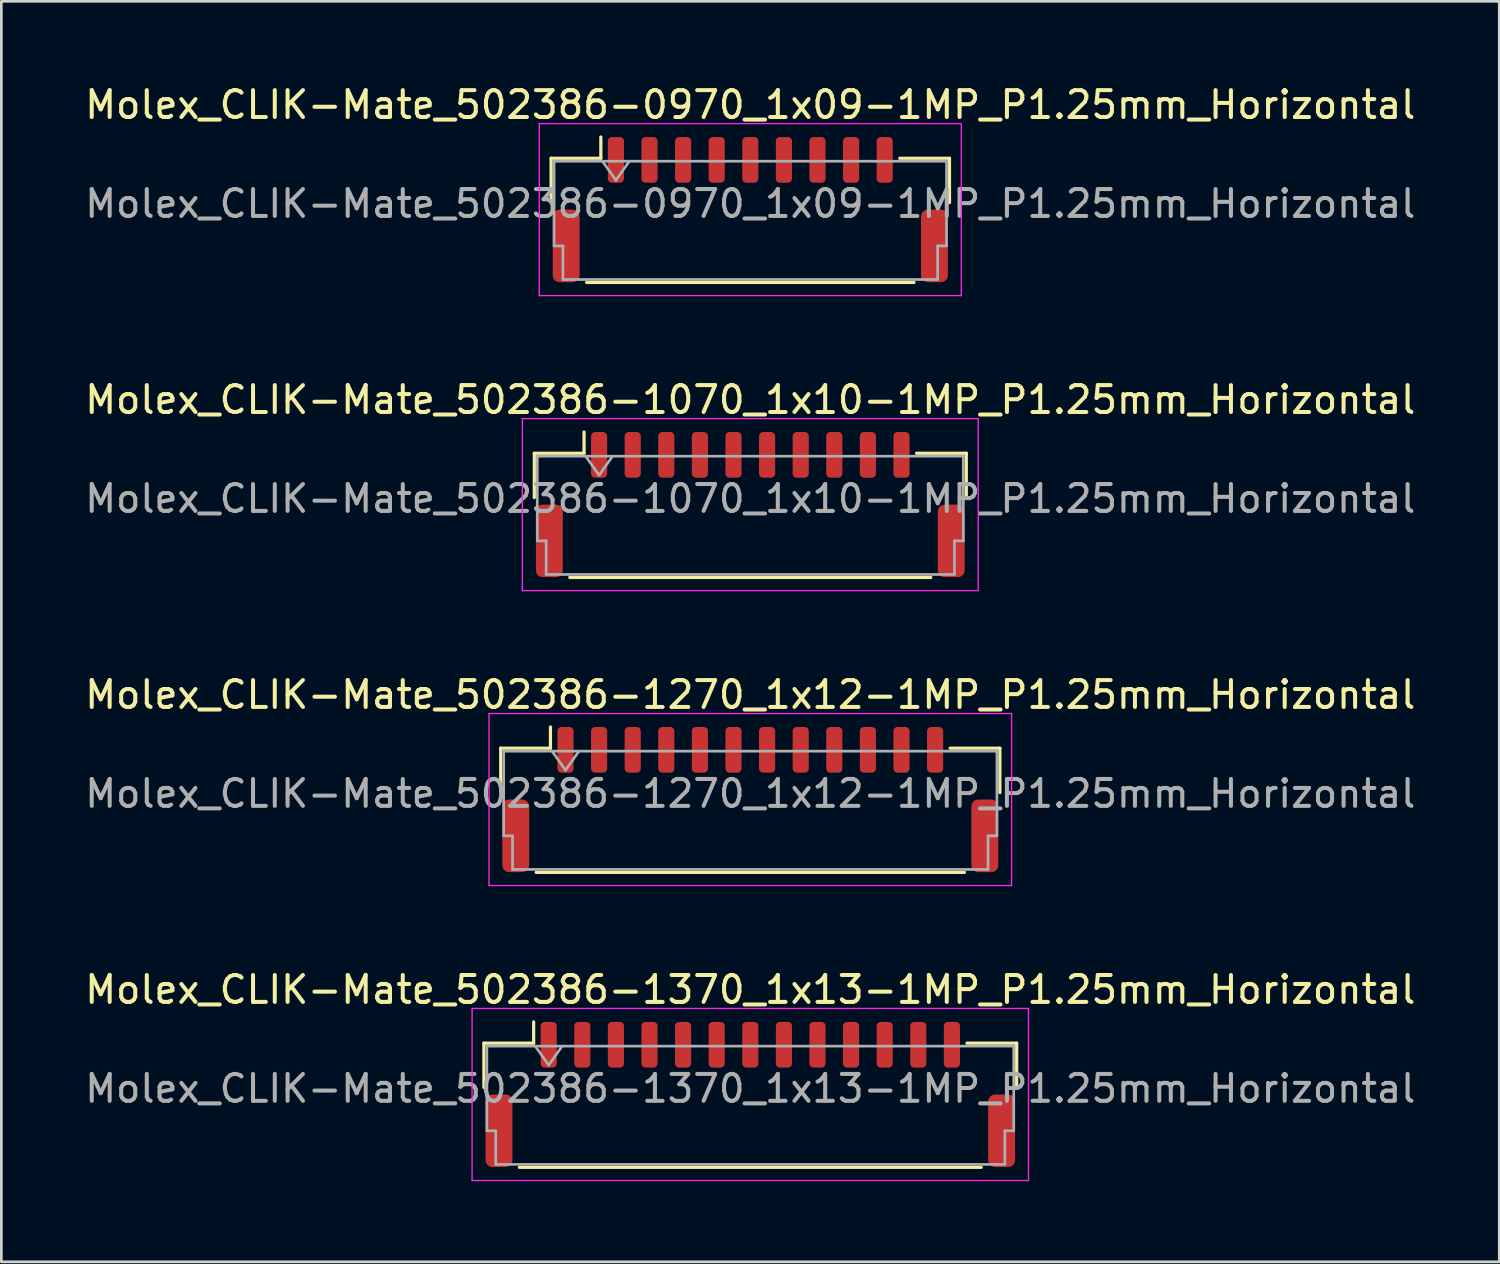
<source format=kicad_pcb>
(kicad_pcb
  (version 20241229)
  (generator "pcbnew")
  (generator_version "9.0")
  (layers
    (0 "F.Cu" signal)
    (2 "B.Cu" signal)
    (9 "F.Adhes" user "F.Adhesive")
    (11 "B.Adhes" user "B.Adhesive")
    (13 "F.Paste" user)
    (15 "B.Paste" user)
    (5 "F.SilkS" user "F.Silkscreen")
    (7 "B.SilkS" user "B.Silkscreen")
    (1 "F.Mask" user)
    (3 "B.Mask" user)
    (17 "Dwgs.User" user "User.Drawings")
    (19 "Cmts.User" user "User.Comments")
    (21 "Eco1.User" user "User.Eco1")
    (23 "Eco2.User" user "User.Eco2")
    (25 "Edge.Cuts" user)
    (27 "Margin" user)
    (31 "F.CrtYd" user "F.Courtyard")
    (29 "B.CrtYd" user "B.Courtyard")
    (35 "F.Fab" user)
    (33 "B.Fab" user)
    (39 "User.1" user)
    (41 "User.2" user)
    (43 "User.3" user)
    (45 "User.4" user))
  (footprint "Molex_CLIK-Mate_502386-1070_1x10-1MP_P1.25mm_Horizontal"
    (layer "F.Cu")
    (at 24.863 15.722)
    (property "Reference" "Molex_CLIK-Mate_502386-1070_1x10-1MP_P1.25mm_Horizontal" (at 0 -3.9 0) (layer "F.SilkS") (effects (font (size 1 1) (thickness 0.15))))
    (attr smd)
    (fp_line (start -8.035 -1.91) (end -6.185 -1.91) (stroke (width 0.12) (type solid)) (layer "F.SilkS"))
    (fp_line (start -8.035 -0.26) (end -8.035 -1.91) (stroke (width 0.12) (type solid)) (layer "F.SilkS"))
    (fp_line (start -6.715 2.71) (end 6.715 2.71) (stroke (width 0.12) (type solid)) (layer "F.SilkS"))
    (fp_line (start -6.185 -1.91) (end -6.185 -2.7) (stroke (width 0.12) (type solid)) (layer "F.SilkS"))
    (fp_line (start 8.035 -1.91) (end 6.185 -1.91) (stroke (width 0.12) (type solid)) (layer "F.SilkS"))
    (fp_line (start 8.035 -0.26) (end 8.035 -1.91) (stroke (width 0.12) (type solid)) (layer "F.SilkS"))
    (fp_line (start -8.48 -3.2) (end -8.48 3.2) (stroke (width 0.05) (type solid)) (layer "F.CrtYd"))
    (fp_line (start -8.48 3.2) (end 8.48 3.2) (stroke (width 0.05) (type solid)) (layer "F.CrtYd"))
    (fp_line (start 8.48 -3.2) (end -8.48 -3.2) (stroke (width 0.05) (type solid)) (layer "F.CrtYd"))
    (fp_line (start 8.48 3.2) (end 8.48 -3.2) (stroke (width 0.05) (type solid)) (layer "F.CrtYd"))
    (fp_line (start -7.925 -1.8) (end -7.925 1.35) (stroke (width 0.1) (type solid)) (layer "F.Fab"))
    (fp_line (start -7.925 -1.8) (end 7.925 -1.8) (stroke (width 0.1) (type solid)) (layer "F.Fab"))
    (fp_line (start -7.925 1.35) (end -7.595 1.35) (stroke (width 0.1) (type solid)) (layer "F.Fab"))
    (fp_line (start -7.595 1.35) (end -7.595 2.6) (stroke (width 0.1) (type solid)) (layer "F.Fab"))
    (fp_line (start -7.595 2.6) (end 7.595 2.6) (stroke (width 0.1) (type solid)) (layer "F.Fab"))
    (fp_line (start -6.125 -1.8) (end -5.625 -1.093) (stroke (width 0.1) (type solid)) (layer "F.Fab"))
    (fp_line (start -5.625 -1.093) (end -5.125 -1.8) (stroke (width 0.1) (type solid)) (layer "F.Fab"))
    (fp_line (start 7.595 1.35) (end 7.925 1.35) (stroke (width 0.1) (type solid)) (layer "F.Fab"))
    (fp_line (start 7.595 2.6) (end 7.595 1.35) (stroke (width 0.1) (type solid)) (layer "F.Fab"))
    (fp_line (start 7.925 -1.8) (end 7.925 1.35) (stroke (width 0.1) (type solid)) (layer "F.Fab"))
    (fp_text user "${REFERENCE}" (at 0 -0.22 0) (layer "F.Fab") (effects (font (size 1 1) (thickness 0.15))))
    (pad "1" smd roundrect (at -5.625 -1.85) (size 0.6 1.7) (layers "F.Cu" "F.Mask" "F.Paste") (roundrect_rratio 0.25))
    (pad "2" smd roundrect (at -4.375 -1.85) (size 0.6 1.7) (layers "F.Cu" "F.Mask" "F.Paste") (roundrect_rratio 0.25))
    (pad "3" smd roundrect (at -3.125 -1.85) (size 0.6 1.7) (layers "F.Cu" "F.Mask" "F.Paste") (roundrect_rratio 0.25))
    (pad "4" smd roundrect (at -1.875 -1.85) (size 0.6 1.7) (layers "F.Cu" "F.Mask" "F.Paste") (roundrect_rratio 0.25))
    (pad "5" smd roundrect (at -0.625 -1.85) (size 0.6 1.7) (layers "F.Cu" "F.Mask" "F.Paste") (roundrect_rratio 0.25))
    (pad "6" smd roundrect (at 0.625 -1.85) (size 0.6 1.7) (layers "F.Cu" "F.Mask" "F.Paste") (roundrect_rratio 0.25))
    (pad "7" smd roundrect (at 1.875 -1.85) (size 0.6 1.7) (layers "F.Cu" "F.Mask" "F.Paste") (roundrect_rratio 0.25))
    (pad "8" smd roundrect (at 3.125 -1.85) (size 0.6 1.7) (layers "F.Cu" "F.Mask" "F.Paste") (roundrect_rratio 0.25))
    (pad "9" smd roundrect (at 4.375 -1.85) (size 0.6 1.7) (layers "F.Cu" "F.Mask" "F.Paste") (roundrect_rratio 0.25))
    (pad "10" smd roundrect (at 5.625 -1.85) (size 0.6 1.7) (layers "F.Cu" "F.Mask" "F.Paste") (roundrect_rratio 0.25))
    (pad "MP" smd roundrect (at -7.475 1.35) (size 1 2.7) (layers "F.Cu" "F.Mask" "F.Paste") (roundrect_rratio 0.25))
    (pad "MP" smd roundrect (at 7.475 1.35) (size 1 2.7) (layers "F.Cu" "F.Mask" "F.Paste") (roundrect_rratio 0.25)))
  (footprint "Molex_CLIK-Mate_502386-1270_1x12-1MP_P1.25mm_Horizontal"
    (layer "F.Cu")
    (at 24.863 26.695)
    (property "Reference" "Molex_CLIK-Mate_502386-1270_1x12-1MP_P1.25mm_Horizontal" (at 0 -3.9 0) (layer "F.SilkS") (effects (font (size 1 1) (thickness 0.15))))
    (attr smd)
    (fp_line (start -9.285 -1.91) (end -7.435 -1.91) (stroke (width 0.12) (type solid)) (layer "F.SilkS"))
    (fp_line (start -9.285 -0.26) (end -9.285 -1.91) (stroke (width 0.12) (type solid)) (layer "F.SilkS"))
    (fp_line (start -7.965 2.71) (end 7.965 2.71) (stroke (width 0.12) (type solid)) (layer "F.SilkS"))
    (fp_line (start -7.435 -1.91) (end -7.435 -2.7) (stroke (width 0.12) (type solid)) (layer "F.SilkS"))
    (fp_line (start 9.285 -1.91) (end 7.435 -1.91) (stroke (width 0.12) (type solid)) (layer "F.SilkS"))
    (fp_line (start 9.285 -0.26) (end 9.285 -1.91) (stroke (width 0.12) (type solid)) (layer "F.SilkS"))
    (fp_line (start -9.72 -3.2) (end -9.72 3.2) (stroke (width 0.05) (type solid)) (layer "F.CrtYd"))
    (fp_line (start -9.72 3.2) (end 9.72 3.2) (stroke (width 0.05) (type solid)) (layer "F.CrtYd"))
    (fp_line (start 9.72 -3.2) (end -9.72 -3.2) (stroke (width 0.05) (type solid)) (layer "F.CrtYd"))
    (fp_line (start 9.72 3.2) (end 9.72 -3.2) (stroke (width 0.05) (type solid)) (layer "F.CrtYd"))
    (fp_line (start -9.175 -1.8) (end -9.175 1.35) (stroke (width 0.1) (type solid)) (layer "F.Fab"))
    (fp_line (start -9.175 -1.8) (end 9.175 -1.8) (stroke (width 0.1) (type solid)) (layer "F.Fab"))
    (fp_line (start -9.175 1.35) (end -8.845 1.35) (stroke (width 0.1) (type solid)) (layer "F.Fab"))
    (fp_line (start -8.845 1.35) (end -8.845 2.6) (stroke (width 0.1) (type solid)) (layer "F.Fab"))
    (fp_line (start -8.845 2.6) (end 8.845 2.6) (stroke (width 0.1) (type solid)) (layer "F.Fab"))
    (fp_line (start -7.375 -1.8) (end -6.875 -1.093) (stroke (width 0.1) (type solid)) (layer "F.Fab"))
    (fp_line (start -6.875 -1.093) (end -6.375 -1.8) (stroke (width 0.1) (type solid)) (layer "F.Fab"))
    (fp_line (start 8.845 1.35) (end 9.175 1.35) (stroke (width 0.1) (type solid)) (layer "F.Fab"))
    (fp_line (start 8.845 2.6) (end 8.845 1.35) (stroke (width 0.1) (type solid)) (layer "F.Fab"))
    (fp_line (start 9.175 -1.8) (end 9.175 1.35) (stroke (width 0.1) (type solid)) (layer "F.Fab"))
    (fp_text user "${REFERENCE}" (at 0 -0.22 0) (layer "F.Fab") (effects (font (size 1 1) (thickness 0.15))))
    (pad "1" smd roundrect (at -6.875 -1.85) (size 0.6 1.7) (layers "F.Cu" "F.Mask" "F.Paste") (roundrect_rratio 0.25))
    (pad "2" smd roundrect (at -5.625 -1.85) (size 0.6 1.7) (layers "F.Cu" "F.Mask" "F.Paste") (roundrect_rratio 0.25))
    (pad "3" smd roundrect (at -4.375 -1.85) (size 0.6 1.7) (layers "F.Cu" "F.Mask" "F.Paste") (roundrect_rratio 0.25))
    (pad "4" smd roundrect (at -3.125 -1.85) (size 0.6 1.7) (layers "F.Cu" "F.Mask" "F.Paste") (roundrect_rratio 0.25))
    (pad "5" smd roundrect (at -1.875 -1.85) (size 0.6 1.7) (layers "F.Cu" "F.Mask" "F.Paste") (roundrect_rratio 0.25))
    (pad "6" smd roundrect (at -0.625 -1.85) (size 0.6 1.7) (layers "F.Cu" "F.Mask" "F.Paste") (roundrect_rratio 0.25))
    (pad "7" smd roundrect (at 0.625 -1.85) (size 0.6 1.7) (layers "F.Cu" "F.Mask" "F.Paste") (roundrect_rratio 0.25))
    (pad "8" smd roundrect (at 1.875 -1.85) (size 0.6 1.7) (layers "F.Cu" "F.Mask" "F.Paste") (roundrect_rratio 0.25))
    (pad "9" smd roundrect (at 3.125 -1.85) (size 0.6 1.7) (layers "F.Cu" "F.Mask" "F.Paste") (roundrect_rratio 0.25))
    (pad "10" smd roundrect (at 4.375 -1.85) (size 0.6 1.7) (layers "F.Cu" "F.Mask" "F.Paste") (roundrect_rratio 0.25))
    (pad "11" smd roundrect (at 5.625 -1.85) (size 0.6 1.7) (layers "F.Cu" "F.Mask" "F.Paste") (roundrect_rratio 0.25))
    (pad "12" smd roundrect (at 6.875 -1.85) (size 0.6 1.7) (layers "F.Cu" "F.Mask" "F.Paste") (roundrect_rratio 0.25))
    (pad "MP" smd roundrect (at -8.725 1.35) (size 1 2.7) (layers "F.Cu" "F.Mask" "F.Paste") (roundrect_rratio 0.25))
    (pad "MP" smd roundrect (at 8.725 1.35) (size 1 2.7) (layers "F.Cu" "F.Mask" "F.Paste") (roundrect_rratio 0.25)))
  (footprint "Molex_CLIK-Mate_502386-1370_1x13-1MP_P1.25mm_Horizontal"
    (layer "F.Cu")
    (at 24.863 37.668)
    (property "Reference" "Molex_CLIK-Mate_502386-1370_1x13-1MP_P1.25mm_Horizontal" (at 0 -3.9 0) (layer "F.SilkS") (effects (font (size 1 1) (thickness 0.15))))
    (attr smd)
    (fp_line (start -9.91 -1.91) (end -8.06 -1.91) (stroke (width 0.12) (type solid)) (layer "F.SilkS"))
    (fp_line (start -9.91 -0.26) (end -9.91 -1.91) (stroke (width 0.12) (type solid)) (layer "F.SilkS"))
    (fp_line (start -8.59 2.71) (end 8.59 2.71) (stroke (width 0.12) (type solid)) (layer "F.SilkS"))
    (fp_line (start -8.06 -1.91) (end -8.06 -2.7) (stroke (width 0.12) (type solid)) (layer "F.SilkS"))
    (fp_line (start 9.91 -1.91) (end 8.06 -1.91) (stroke (width 0.12) (type solid)) (layer "F.SilkS"))
    (fp_line (start 9.91 -0.26) (end 9.91 -1.91) (stroke (width 0.12) (type solid)) (layer "F.SilkS"))
    (fp_line (start -10.35 -3.2) (end -10.35 3.2) (stroke (width 0.05) (type solid)) (layer "F.CrtYd"))
    (fp_line (start -10.35 3.2) (end 10.35 3.2) (stroke (width 0.05) (type solid)) (layer "F.CrtYd"))
    (fp_line (start 10.35 -3.2) (end -10.35 -3.2) (stroke (width 0.05) (type solid)) (layer "F.CrtYd"))
    (fp_line (start 10.35 3.2) (end 10.35 -3.2) (stroke (width 0.05) (type solid)) (layer "F.CrtYd"))
    (fp_line (start -9.8 -1.8) (end -9.8 1.35) (stroke (width 0.1) (type solid)) (layer "F.Fab"))
    (fp_line (start -9.8 -1.8) (end 9.8 -1.8) (stroke (width 0.1) (type solid)) (layer "F.Fab"))
    (fp_line (start -9.8 1.35) (end -9.47 1.35) (stroke (width 0.1) (type solid)) (layer "F.Fab"))
    (fp_line (start -9.47 1.35) (end -9.47 2.6) (stroke (width 0.1) (type solid)) (layer "F.Fab"))
    (fp_line (start -9.47 2.6) (end 9.47 2.6) (stroke (width 0.1) (type solid)) (layer "F.Fab"))
    (fp_line (start -8 -1.8) (end -7.5 -1.093) (stroke (width 0.1) (type solid)) (layer "F.Fab"))
    (fp_line (start -7.5 -1.093) (end -7 -1.8) (stroke (width 0.1) (type solid)) (layer "F.Fab"))
    (fp_line (start 9.47 1.35) (end 9.8 1.35) (stroke (width 0.1) (type solid)) (layer "F.Fab"))
    (fp_line (start 9.47 2.6) (end 9.47 1.35) (stroke (width 0.1) (type solid)) (layer "F.Fab"))
    (fp_line (start 9.8 -1.8) (end 9.8 1.35) (stroke (width 0.1) (type solid)) (layer "F.Fab"))
    (fp_text user "${REFERENCE}" (at 0 -0.22 0) (layer "F.Fab") (effects (font (size 1 1) (thickness 0.15))))
    (pad "1" smd roundrect (at -7.5 -1.85) (size 0.6 1.7) (layers "F.Cu" "F.Mask" "F.Paste") (roundrect_rratio 0.25))
    (pad "2" smd roundrect (at -6.25 -1.85) (size 0.6 1.7) (layers "F.Cu" "F.Mask" "F.Paste") (roundrect_rratio 0.25))
    (pad "3" smd roundrect (at -5 -1.85) (size 0.6 1.7) (layers "F.Cu" "F.Mask" "F.Paste") (roundrect_rratio 0.25))
    (pad "4" smd roundrect (at -3.75 -1.85) (size 0.6 1.7) (layers "F.Cu" "F.Mask" "F.Paste") (roundrect_rratio 0.25))
    (pad "5" smd roundrect (at -2.5 -1.85) (size 0.6 1.7) (layers "F.Cu" "F.Mask" "F.Paste") (roundrect_rratio 0.25))
    (pad "6" smd roundrect (at -1.25 -1.85) (size 0.6 1.7) (layers "F.Cu" "F.Mask" "F.Paste") (roundrect_rratio 0.25))
    (pad "7" smd roundrect (at 0 -1.85) (size 0.6 1.7) (layers "F.Cu" "F.Mask" "F.Paste") (roundrect_rratio 0.25))
    (pad "8" smd roundrect (at 1.25 -1.85) (size 0.6 1.7) (layers "F.Cu" "F.Mask" "F.Paste") (roundrect_rratio 0.25))
    (pad "9" smd roundrect (at 2.5 -1.85) (size 0.6 1.7) (layers "F.Cu" "F.Mask" "F.Paste") (roundrect_rratio 0.25))
    (pad "10" smd roundrect (at 3.75 -1.85) (size 0.6 1.7) (layers "F.Cu" "F.Mask" "F.Paste") (roundrect_rratio 0.25))
    (pad "11" smd roundrect (at 5 -1.85) (size 0.6 1.7) (layers "F.Cu" "F.Mask" "F.Paste") (roundrect_rratio 0.25))
    (pad "12" smd roundrect (at 6.25 -1.85) (size 0.6 1.7) (layers "F.Cu" "F.Mask" "F.Paste") (roundrect_rratio 0.25))
    (pad "13" smd roundrect (at 7.5 -1.85) (size 0.6 1.7) (layers "F.Cu" "F.Mask" "F.Paste") (roundrect_rratio 0.25))
    (pad "MP" smd roundrect (at -9.35 1.35) (size 1 2.7) (layers "F.Cu" "F.Mask" "F.Paste") (roundrect_rratio 0.25))
    (pad "MP" smd roundrect (at 9.35 1.35) (size 1 2.7) (layers "F.Cu" "F.Mask" "F.Paste") (roundrect_rratio 0.25)))
  (footprint "Molex_CLIK-Mate_502386-0970_1x09-1MP_P1.25mm_Horizontal"
    (layer "F.Cu")
    (at 24.863 4.748)
    (property "Reference" "Molex_CLIK-Mate_502386-0970_1x09-1MP_P1.25mm_Horizontal" (at 0 -3.9 0) (layer "F.SilkS") (effects (font (size 1 1) (thickness 0.15))))
    (attr smd)
    (fp_line (start -7.41 -1.91) (end -5.56 -1.91) (stroke (width 0.12) (type solid)) (layer "F.SilkS"))
    (fp_line (start -7.41 -0.26) (end -7.41 -1.91) (stroke (width 0.12) (type solid)) (layer "F.SilkS"))
    (fp_line (start -6.09 2.71) (end 6.09 2.71) (stroke (width 0.12) (type solid)) (layer "F.SilkS"))
    (fp_line (start -5.56 -1.91) (end -5.56 -2.7) (stroke (width 0.12) (type solid)) (layer "F.SilkS"))
    (fp_line (start 7.41 -1.91) (end 5.56 -1.91) (stroke (width 0.12) (type solid)) (layer "F.SilkS"))
    (fp_line (start 7.41 -0.26) (end 7.41 -1.91) (stroke (width 0.12) (type solid)) (layer "F.SilkS"))
    (fp_line (start -7.85 -3.2) (end -7.85 3.2) (stroke (width 0.05) (type solid)) (layer "F.CrtYd"))
    (fp_line (start -7.85 3.2) (end 7.85 3.2) (stroke (width 0.05) (type solid)) (layer "F.CrtYd"))
    (fp_line (start 7.85 -3.2) (end -7.85 -3.2) (stroke (width 0.05) (type solid)) (layer "F.CrtYd"))
    (fp_line (start 7.85 3.2) (end 7.85 -3.2) (stroke (width 0.05) (type solid)) (layer "F.CrtYd"))
    (fp_line (start -7.3 -1.8) (end -7.3 1.35) (stroke (width 0.1) (type solid)) (layer "F.Fab"))
    (fp_line (start -7.3 -1.8) (end 7.3 -1.8) (stroke (width 0.1) (type solid)) (layer "F.Fab"))
    (fp_line (start -7.3 1.35) (end -6.97 1.35) (stroke (width 0.1) (type solid)) (layer "F.Fab"))
    (fp_line (start -6.97 1.35) (end -6.97 2.6) (stroke (width 0.1) (type solid)) (layer "F.Fab"))
    (fp_line (start -6.97 2.6) (end 6.97 2.6) (stroke (width 0.1) (type solid)) (layer "F.Fab"))
    (fp_line (start -5.5 -1.8) (end -5 -1.093) (stroke (width 0.1) (type solid)) (layer "F.Fab"))
    (fp_line (start -5 -1.093) (end -4.5 -1.8) (stroke (width 0.1) (type solid)) (layer "F.Fab"))
    (fp_line (start 6.97 1.35) (end 7.3 1.35) (stroke (width 0.1) (type solid)) (layer "F.Fab"))
    (fp_line (start 6.97 2.6) (end 6.97 1.35) (stroke (width 0.1) (type solid)) (layer "F.Fab"))
    (fp_line (start 7.3 -1.8) (end 7.3 1.35) (stroke (width 0.1) (type solid)) (layer "F.Fab"))
    (fp_text user "${REFERENCE}" (at 0 -0.22 0) (layer "F.Fab") (effects (font (size 1 1) (thickness 0.15))))
    (pad "1" smd roundrect (at -5 -1.85) (size 0.6 1.7) (layers "F.Cu" "F.Mask" "F.Paste") (roundrect_rratio 0.25))
    (pad "2" smd roundrect (at -3.75 -1.85) (size 0.6 1.7) (layers "F.Cu" "F.Mask" "F.Paste") (roundrect_rratio 0.25))
    (pad "3" smd roundrect (at -2.5 -1.85) (size 0.6 1.7) (layers "F.Cu" "F.Mask" "F.Paste") (roundrect_rratio 0.25))
    (pad "4" smd roundrect (at -1.25 -1.85) (size 0.6 1.7) (layers "F.Cu" "F.Mask" "F.Paste") (roundrect_rratio 0.25))
    (pad "5" smd roundrect (at 0 -1.85) (size 0.6 1.7) (layers "F.Cu" "F.Mask" "F.Paste") (roundrect_rratio 0.25))
    (pad "6" smd roundrect (at 1.25 -1.85) (size 0.6 1.7) (layers "F.Cu" "F.Mask" "F.Paste") (roundrect_rratio 0.25))
    (pad "7" smd roundrect (at 2.5 -1.85) (size 0.6 1.7) (layers "F.Cu" "F.Mask" "F.Paste") (roundrect_rratio 0.25))
    (pad "8" smd roundrect (at 3.75 -1.85) (size 0.6 1.7) (layers "F.Cu" "F.Mask" "F.Paste") (roundrect_rratio 0.25))
    (pad "9" smd roundrect (at 5 -1.85) (size 0.6 1.7) (layers "F.Cu" "F.Mask" "F.Paste") (roundrect_rratio 0.25))
    (pad "MP" smd roundrect (at -6.85 1.35) (size 1 2.7) (layers "F.Cu" "F.Mask" "F.Paste") (roundrect_rratio 0.25))
    (pad "MP" smd roundrect (at 6.85 1.35) (size 1 2.7) (layers "F.Cu" "F.Mask" "F.Paste") (roundrect_rratio 0.25)))
  (gr_rect
    (start -3 -3)
    (end 52.726 43.893)
    (stroke (width 0.1) (type default))
    (fill no)
    (layer "Edge.Cuts")))
</source>
